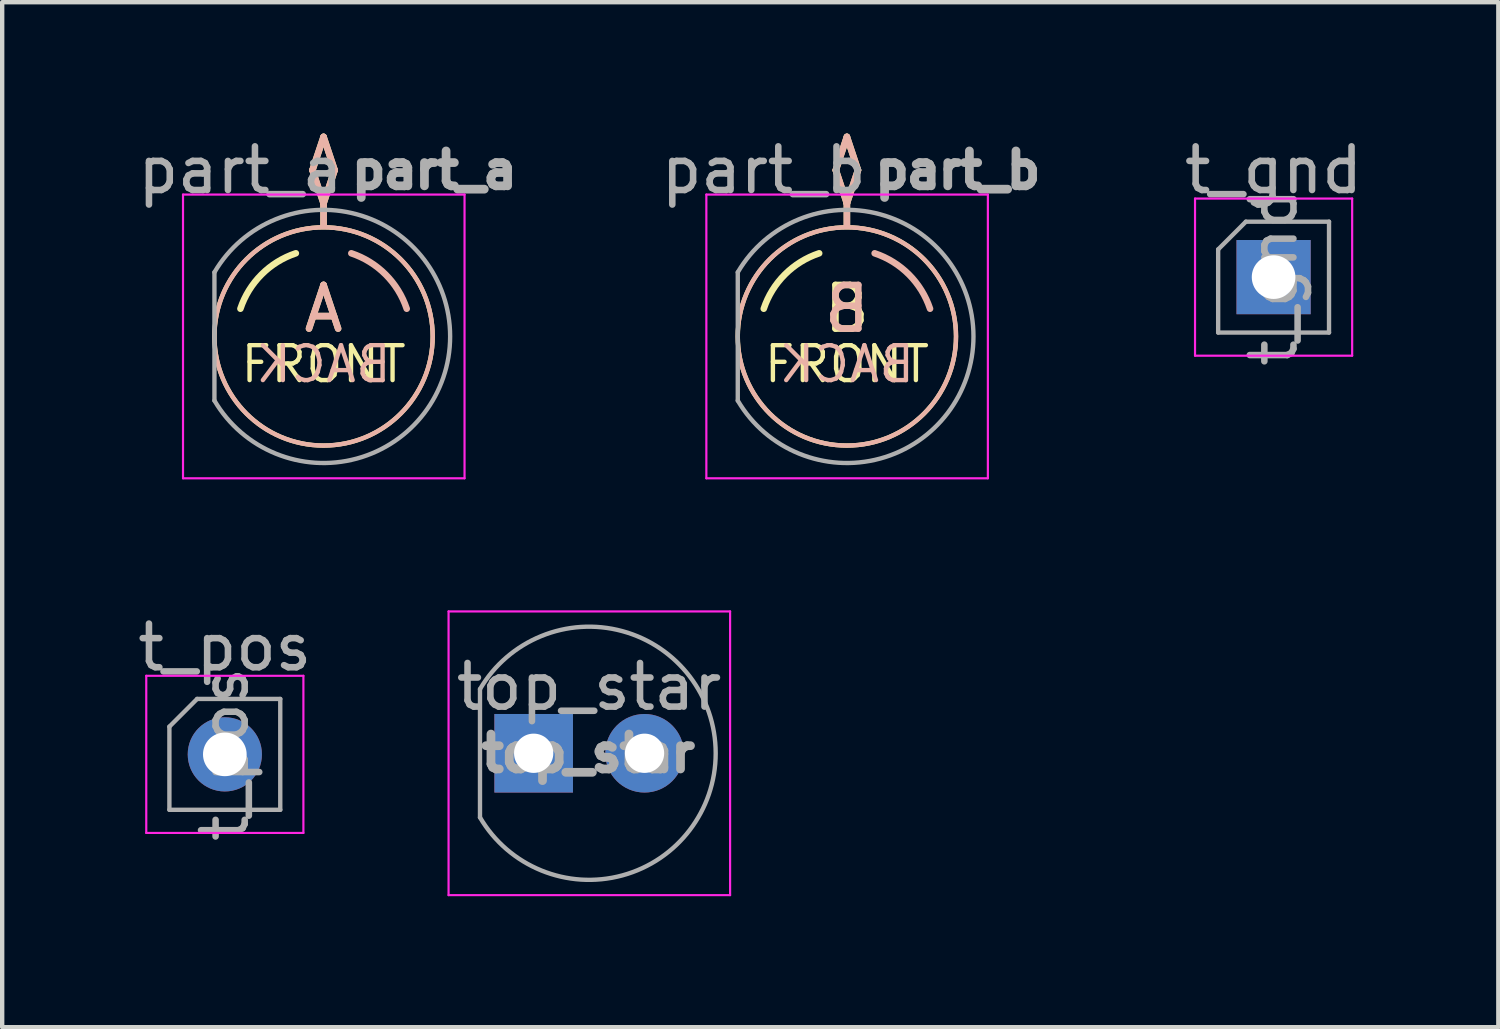
<source format=kicad_pcb>
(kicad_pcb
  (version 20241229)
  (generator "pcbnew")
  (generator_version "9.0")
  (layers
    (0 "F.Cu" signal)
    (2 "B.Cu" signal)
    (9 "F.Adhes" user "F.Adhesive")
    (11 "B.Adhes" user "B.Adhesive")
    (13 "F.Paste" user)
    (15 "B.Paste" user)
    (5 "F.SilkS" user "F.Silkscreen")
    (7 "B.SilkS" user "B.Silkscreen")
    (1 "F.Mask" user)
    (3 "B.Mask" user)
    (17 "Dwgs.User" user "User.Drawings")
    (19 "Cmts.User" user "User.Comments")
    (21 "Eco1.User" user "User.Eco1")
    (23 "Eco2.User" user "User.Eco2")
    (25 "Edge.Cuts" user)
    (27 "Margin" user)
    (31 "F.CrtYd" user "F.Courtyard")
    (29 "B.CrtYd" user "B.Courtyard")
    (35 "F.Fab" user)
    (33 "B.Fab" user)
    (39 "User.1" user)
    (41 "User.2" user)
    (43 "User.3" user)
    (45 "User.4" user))
  (footprint "top_star"
    (layer "F.Cu")
    (at 9.177 14.208)
    (property "Reference" "top_star" (at 1.27 -1.524 0) (layer "F.Fab") (effects (font (size 1 1) (thickness 0.15))))
    (attr through_hole)
    (fp_line (start -1.95 -3.25) (end -1.95 3.25) (stroke (width 0.05) (type solid)) (layer "F.CrtYd"))
    (fp_line (start -1.95 3.25) (end 4.5 3.25) (stroke (width 0.05) (type solid)) (layer "F.CrtYd"))
    (fp_line (start 4.5 -3.25) (end -1.95 -3.25) (stroke (width 0.05) (type solid)) (layer "F.CrtYd"))
    (fp_line (start 4.5 3.25) (end 4.5 -3.25) (stroke (width 0.05) (type solid)) (layer "F.CrtYd"))
    (fp_line (start -1.23 -1.47) (end -1.23 1.47) (stroke (width 0.1) (type solid)) (layer "F.Fab"))
    (fp_arc (start -1.23 -1.469694) (mid 4.17 0.000016) (end -1.230016 1.469666) (stroke (width 0.1) (type solid)) (layer "F.Fab"))
    (fp_text user "${REFERENCE}" (at 1.25 0 0) (layer "F.Fab") (effects (font (size 0.8 0.8) (thickness 0.2))))
    (pad "1" thru_hole rect (at 0 0) (size 1.8 1.8) (drill 0.9) (layers "*.Cu" "*.Mask"))
    (pad "2" thru_hole circle (at 2.54 0) (size 1.8 1.8) (drill 0.9) (layers "*.Cu" "*.Mask")))
  (footprint "t_gnd"
    (layer "F.Cu")
    (at 26.129 3.299)
    (property "Reference" "t_gnd" (at 0 -2.451 0) (layer "F.Fab") (effects (font (size 1 1) (thickness 0.15))))
    (attr through_hole)
    (fp_line (start -1.8 -1.8) (end -1.8 1.8) (stroke (width 0.05) (type solid)) (layer "F.CrtYd"))
    (fp_line (start -1.8 1.8) (end 1.8 1.8) (stroke (width 0.05) (type solid)) (layer "F.CrtYd"))
    (fp_line (start 1.8 -1.8) (end -1.8 -1.8) (stroke (width 0.05) (type solid)) (layer "F.CrtYd"))
    (fp_line (start 1.8 1.8) (end 1.8 -1.8) (stroke (width 0.05) (type solid)) (layer "F.CrtYd"))
    (fp_line (start -1.27 -0.635) (end -0.635 -1.27) (stroke (width 0.1) (type solid)) (layer "F.Fab"))
    (fp_line (start -1.27 1.27) (end -1.27 -0.635) (stroke (width 0.1) (type solid)) (layer "F.Fab"))
    (fp_line (start -0.635 -1.27) (end 1.27 -1.27) (stroke (width 0.1) (type solid)) (layer "F.Fab"))
    (fp_line (start 1.27 -1.27) (end 1.27 1.27) (stroke (width 0.1) (type solid)) (layer "F.Fab"))
    (fp_line (start 1.27 1.27) (end -1.27 1.27) (stroke (width 0.1) (type solid)) (layer "F.Fab"))
    (fp_text user "${REFERENCE}" (at 0 0 90) (layer "F.Fab") (effects (font (size 1 1) (thickness 0.15))))
    (pad "1" thru_hole rect (at 0 0) (size 1.7 1.7) (drill 1) (layers "*.Cu" "*.Mask")))
  (footprint "part_a"
    (layer "F.Cu")
    (at 3.093 4.658)
    (property "Reference" "part_a" (at -0.635 -3.81 0) (layer "F.Fab") (effects (font (size 1 1) (thickness 0.15))))
    (attr through_hole)
    (fp_line (start 1.016 -3.81) (end 1.27 -4.572) (stroke (width 0.15) (type solid)) (layer "F.SilkS"))
    (fp_line (start 1.27 -4.572) (end 1.524 -3.81) (stroke (width 0.15) (type solid)) (layer "F.SilkS"))
    (fp_line (start 1.27 -3.048) (end 1.016 -3.81) (stroke (width 0.15) (type solid)) (layer "F.SilkS"))
    (fp_line (start 1.27 -2.54) (end 1.27 -3.048) (stroke (width 0.15) (type solid)) (layer "F.SilkS"))
    (fp_line (start 1.524 -3.81) (end 1.27 -3.048) (stroke (width 0.15) (type solid)) (layer "F.SilkS"))
    (fp_arc (start -0.634999 -0.635) (mid -0.149902 -1.419903) (end 0.635001 -1.904999) (stroke (width 0.15) (type solid)) (layer "F.SilkS"))
    (fp_circle (center 1.27 0) (end 3.77 0) (stroke (width 0.1) (type solid)) (fill no) (layer "F.SilkS"))
    (fp_line (start 1.016 -3.81) (end 1.27 -3.048) (stroke (width 0.15) (type solid)) (layer "B.SilkS"))
    (fp_line (start 1.27 -4.572) (end 1.016 -3.81) (stroke (width 0.15) (type solid)) (layer "B.SilkS"))
    (fp_line (start 1.27 -3.048) (end 1.524 -3.81) (stroke (width 0.15) (type solid)) (layer "B.SilkS"))
    (fp_line (start 1.27 -2.54) (end 1.27 -3.048) (stroke (width 0.15) (type solid)) (layer "B.SilkS"))
    (fp_line (start 1.524 -3.81) (end 1.27 -4.572) (stroke (width 0.15) (type solid)) (layer "B.SilkS"))
    (fp_arc (start 1.906002 -1.904666) (mid 2.690277 -1.41953) (end 3.175 -0.635) (stroke (width 0.15) (type solid)) (layer "B.SilkS"))
    (fp_circle (center 1.27 0) (end -1.23 0) (stroke (width 0.1) (type solid)) (fill no) (layer "B.SilkS"))
    (fp_line (start -1.95 -3.25) (end -1.95 3.25) (stroke (width 0.05) (type solid)) (layer "F.CrtYd"))
    (fp_line (start -1.95 3.25) (end 4.5 3.25) (stroke (width 0.05) (type solid)) (layer "F.CrtYd"))
    (fp_line (start 4.5 -3.25) (end -1.95 -3.25) (stroke (width 0.05) (type solid)) (layer "F.CrtYd"))
    (fp_line (start 4.5 3.25) (end 4.5 -3.25) (stroke (width 0.05) (type solid)) (layer "F.CrtYd"))
    (fp_line (start -1.23 -1.47) (end -1.23 1.47) (stroke (width 0.1) (type solid)) (layer "F.Fab"))
    (fp_arc (start -1.23 -1.469694) (mid 4.17 0.000016) (end -1.230016 1.469666) (stroke (width 0.1) (type solid)) (layer "F.Fab"))
    (fp_text user "A" (at 1.27 -0.635 0) (layer "F.SilkS") (effects (font (size 1 1) (thickness 0.15))))
    (fp_text user "FRONT" (at 1.27 0.635 0) (layer "F.SilkS") (effects (font (size 0.8 0.8) (thickness 0.1))))
    (fp_text user "A" (at 1.27 -0.635 0) (layer "B.SilkS") (effects (font (size 1 1) (thickness 0.15)) (justify mirror)))
    (fp_text user "BACK" (at 1.27 0.635 0) (layer "B.SilkS") (effects (font (size 0.8 0.8) (thickness 0.1)) (justify mirror)))
    (fp_text user "${REFERENCE}" (at 3.81 -3.81 0) (layer "F.Fab") (effects (font (size 0.8 0.8) (thickness 0.2)))))
  (footprint "t_pos"
    (layer "F.Cu")
    (at 2.101 14.233)
    (property "Reference" "t_pos" (at 0 -2.451 0) (layer "F.Fab") (effects (font (size 1 1) (thickness 0.15))))
    (attr through_hole)
    (fp_line (start -1.8 -1.8) (end -1.8 1.8) (stroke (width 0.05) (type solid)) (layer "F.CrtYd"))
    (fp_line (start -1.8 1.8) (end 1.8 1.8) (stroke (width 0.05) (type solid)) (layer "F.CrtYd"))
    (fp_line (start 1.8 -1.8) (end -1.8 -1.8) (stroke (width 0.05) (type solid)) (layer "F.CrtYd"))
    (fp_line (start 1.8 1.8) (end 1.8 -1.8) (stroke (width 0.05) (type solid)) (layer "F.CrtYd"))
    (fp_line (start -1.27 -0.635) (end -0.635 -1.27) (stroke (width 0.1) (type solid)) (layer "F.Fab"))
    (fp_line (start -1.27 1.27) (end -1.27 -0.635) (stroke (width 0.1) (type solid)) (layer "F.Fab"))
    (fp_line (start -0.635 -1.27) (end 1.27 -1.27) (stroke (width 0.1) (type solid)) (layer "F.Fab"))
    (fp_line (start 1.27 -1.27) (end 1.27 1.27) (stroke (width 0.1) (type solid)) (layer "F.Fab"))
    (fp_line (start 1.27 1.27) (end -1.27 1.27) (stroke (width 0.1) (type solid)) (layer "F.Fab"))
    (fp_text user "${REFERENCE}" (at 0 0 90) (layer "F.Fab") (effects (font (size 1 1) (thickness 0.15))))
    (pad "1" thru_hole circle (at 0 0) (size 1.7 1.7) (drill 1) (layers "*.Cu" "*.Mask")))
  (footprint "part_b"
    (layer "F.Cu")
    (at 15.083 4.658)
    (property "Reference" "part_b" (at -0.635 -3.81 0) (layer "F.Fab") (effects (font (size 1 1) (thickness 0.15))))
    (attr through_hole)
    (fp_line (start 1.016 -3.81) (end 1.27 -4.572) (stroke (width 0.15) (type solid)) (layer "F.SilkS"))
    (fp_line (start 1.27 -4.572) (end 1.524 -3.81) (stroke (width 0.15) (type solid)) (layer "F.SilkS"))
    (fp_line (start 1.27 -3.048) (end 1.016 -3.81) (stroke (width 0.15) (type solid)) (layer "F.SilkS"))
    (fp_line (start 1.27 -2.54) (end 1.27 -3.048) (stroke (width 0.15) (type solid)) (layer "F.SilkS"))
    (fp_line (start 1.524 -3.81) (end 1.27 -3.048) (stroke (width 0.15) (type solid)) (layer "F.SilkS"))
    (fp_arc (start -0.634999 -0.635) (mid -0.149902 -1.419903) (end 0.635001 -1.904999) (stroke (width 0.15) (type solid)) (layer "F.SilkS"))
    (fp_circle (center 1.27 0) (end 3.77 0) (stroke (width 0.1) (type solid)) (fill no) (layer "F.SilkS"))
    (fp_line (start 1.016 -3.81) (end 1.27 -3.048) (stroke (width 0.15) (type solid)) (layer "B.SilkS"))
    (fp_line (start 1.27 -4.572) (end 1.016 -3.81) (stroke (width 0.15) (type solid)) (layer "B.SilkS"))
    (fp_line (start 1.27 -3.048) (end 1.524 -3.81) (stroke (width 0.15) (type solid)) (layer "B.SilkS"))
    (fp_line (start 1.27 -2.54) (end 1.27 -3.048) (stroke (width 0.15) (type solid)) (layer "B.SilkS"))
    (fp_line (start 1.524 -3.81) (end 1.27 -4.572) (stroke (width 0.15) (type solid)) (layer "B.SilkS"))
    (fp_arc (start 1.906002 -1.904666) (mid 2.690277 -1.41953) (end 3.175 -0.635) (stroke (width 0.15) (type solid)) (layer "B.SilkS"))
    (fp_circle (center 1.27 0) (end -1.23 0) (stroke (width 0.1) (type solid)) (fill no) (layer "B.SilkS"))
    (fp_line (start -1.95 -3.25) (end -1.95 3.25) (stroke (width 0.05) (type solid)) (layer "F.CrtYd"))
    (fp_line (start -1.95 3.25) (end 4.5 3.25) (stroke (width 0.05) (type solid)) (layer "F.CrtYd"))
    (fp_line (start 4.5 -3.25) (end -1.95 -3.25) (stroke (width 0.05) (type solid)) (layer "F.CrtYd"))
    (fp_line (start 4.5 3.25) (end 4.5 -3.25) (stroke (width 0.05) (type solid)) (layer "F.CrtYd"))
    (fp_line (start -1.23 -1.47) (end -1.23 1.47) (stroke (width 0.1) (type solid)) (layer "F.Fab"))
    (fp_arc (start -1.23 -1.469694) (mid 4.17 0.000016) (end -1.230016 1.469666) (stroke (width 0.1) (type solid)) (layer "F.Fab"))
    (fp_text user "FRONT" (at 1.27 0.635 0) (layer "F.SilkS") (effects (font (size 0.8 0.8) (thickness 0.1))))
    (fp_text user "B" (at 1.27 -0.635 0) (layer "F.SilkS") (effects (font (size 1 1) (thickness 0.15))))
    (fp_text user "B" (at 1.27 -0.635 0) (layer "B.SilkS") (effects (font (size 1 1) (thickness 0.15)) (justify mirror)))
    (fp_text user "BACK" (at 1.27 0.635 0) (layer "B.SilkS") (effects (font (size 0.8 0.8) (thickness 0.1)) (justify mirror)))
    (fp_text user "${REFERENCE}" (at 3.81 -3.81 0) (layer "F.Fab") (effects (font (size 0.8 0.8) (thickness 0.2)))))
  (gr_rect
    (start -3 -3)
    (end 31.278 20.483)
    (stroke (width 0.1) (type default))
    (fill no)
    (layer "Edge.Cuts")))
</source>
